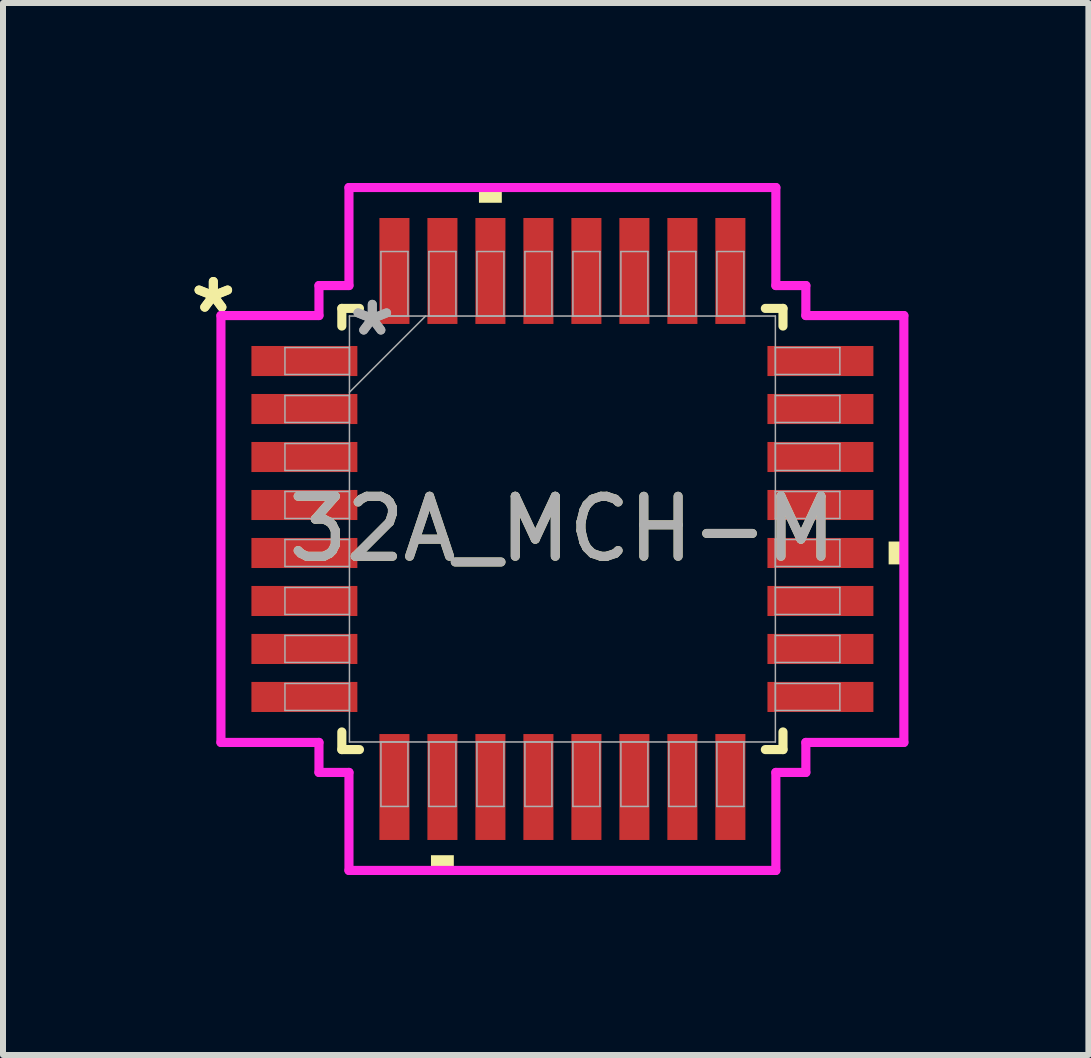
<source format=kicad_pcb>
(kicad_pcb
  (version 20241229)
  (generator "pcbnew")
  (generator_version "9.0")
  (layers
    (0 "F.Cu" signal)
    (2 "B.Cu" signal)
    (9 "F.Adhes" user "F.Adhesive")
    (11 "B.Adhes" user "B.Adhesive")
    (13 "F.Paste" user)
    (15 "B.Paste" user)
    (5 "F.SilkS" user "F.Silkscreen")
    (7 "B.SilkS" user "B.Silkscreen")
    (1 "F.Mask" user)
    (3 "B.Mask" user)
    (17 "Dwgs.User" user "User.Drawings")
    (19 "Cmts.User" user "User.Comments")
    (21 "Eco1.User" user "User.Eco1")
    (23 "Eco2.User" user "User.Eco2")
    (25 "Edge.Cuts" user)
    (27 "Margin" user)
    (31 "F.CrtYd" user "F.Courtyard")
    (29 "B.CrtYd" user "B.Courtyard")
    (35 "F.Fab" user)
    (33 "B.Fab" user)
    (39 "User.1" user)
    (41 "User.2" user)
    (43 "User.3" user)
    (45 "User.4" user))
  (footprint "32A_MCH-M"
    (layer "F.Cu")
    (at 6.325 5.768)
    (property "Reference" "32A_MCH-M" (at 0 0 0) (unlocked yes) (layer "F.SilkS") (effects (font (size 1 1) (thickness 0.15))))
    (attr smd)
    (fp_line (start -3.677 -3.677) (end -3.677 -3.383) (stroke (width 0.152) (type solid)) (layer "F.SilkS"))
    (fp_line (start -3.677 3.383) (end -3.677 3.677) (stroke (width 0.152) (type solid)) (layer "F.SilkS"))
    (fp_line (start -3.677 3.677) (end -3.383 3.677) (stroke (width 0.152) (type solid)) (layer "F.SilkS"))
    (fp_line (start -3.383 -3.677) (end -3.677 -3.677) (stroke (width 0.152) (type solid)) (layer "F.SilkS"))
    (fp_line (start 3.383 3.677) (end 3.677 3.677) (stroke (width 0.152) (type solid)) (layer "F.SilkS"))
    (fp_line (start 3.677 -3.677) (end 3.383 -3.677) (stroke (width 0.152) (type solid)) (layer "F.SilkS"))
    (fp_line (start 3.677 -3.383) (end 3.677 -3.677) (stroke (width 0.152) (type solid)) (layer "F.SilkS"))
    (fp_line (start 3.677 3.677) (end 3.677 3.383) (stroke (width 0.152) (type solid)) (layer "F.SilkS"))
    (fp_poly (pts (xy -2.191 5.438) (xy -2.191 5.692) (xy -1.81 5.692) (xy -1.81 5.438)) (stroke (width 0) (type solid)) (fill yes) (layer "F.SilkS"))
    (fp_poly (pts (xy -1.391 -5.438) (xy -1.391 -5.692) (xy -1.01 -5.692) (xy -1.01 -5.438)) (stroke (width 0) (type solid)) (fill yes) (layer "F.SilkS"))
    (fp_poly (pts (xy 5.692 0.209) (xy 5.692 0.59) (xy 5.438 0.59) (xy 5.438 0.209)) (stroke (width 0) (type solid)) (fill yes) (layer "F.SilkS"))
    (fp_line (start -5.692 -3.558) (end -4.058 -3.558) (stroke (width 0.152) (type solid)) (layer "F.CrtYd"))
    (fp_line (start -5.692 3.558) (end -5.692 -3.558) (stroke (width 0.152) (type solid)) (layer "F.CrtYd"))
    (fp_line (start -4.058 -4.058) (end -3.558 -4.058) (stroke (width 0.152) (type solid)) (layer "F.CrtYd"))
    (fp_line (start -4.058 -3.558) (end -4.058 -4.058) (stroke (width 0.152) (type solid)) (layer "F.CrtYd"))
    (fp_line (start -4.058 3.558) (end -5.692 3.558) (stroke (width 0.152) (type solid)) (layer "F.CrtYd"))
    (fp_line (start -4.058 4.058) (end -4.058 3.558) (stroke (width 0.152) (type solid)) (layer "F.CrtYd"))
    (fp_line (start -4.058 4.058) (end -3.558 4.058) (stroke (width 0.152) (type solid)) (layer "F.CrtYd"))
    (fp_line (start -3.558 -5.692) (end 3.558 -5.692) (stroke (width 0.152) (type solid)) (layer "F.CrtYd"))
    (fp_line (start -3.558 -4.058) (end -3.558 -5.692) (stroke (width 0.152) (type solid)) (layer "F.CrtYd"))
    (fp_line (start -3.558 4.058) (end -3.558 5.692) (stroke (width 0.152) (type solid)) (layer "F.CrtYd"))
    (fp_line (start -3.558 5.692) (end 3.558 5.692) (stroke (width 0.152) (type solid)) (layer "F.CrtYd"))
    (fp_line (start 3.558 -5.692) (end 3.558 -4.058) (stroke (width 0.152) (type solid)) (layer "F.CrtYd"))
    (fp_line (start 3.558 -4.058) (end 4.058 -4.058) (stroke (width 0.152) (type solid)) (layer "F.CrtYd"))
    (fp_line (start 3.558 4.058) (end 4.058 4.058) (stroke (width 0.152) (type solid)) (layer "F.CrtYd"))
    (fp_line (start 3.558 5.692) (end 3.558 4.058) (stroke (width 0.152) (type solid)) (layer "F.CrtYd"))
    (fp_line (start 4.058 -3.558) (end 4.058 -4.058) (stroke (width 0.152) (type solid)) (layer "F.CrtYd"))
    (fp_line (start 4.058 3.558) (end 5.692 3.558) (stroke (width 0.152) (type solid)) (layer "F.CrtYd"))
    (fp_line (start 4.058 4.058) (end 4.058 3.558) (stroke (width 0.152) (type solid)) (layer "F.CrtYd"))
    (fp_line (start 5.692 -3.558) (end 4.058 -3.558) (stroke (width 0.152) (type solid)) (layer "F.CrtYd"))
    (fp_line (start 5.692 3.558) (end 5.692 -3.558) (stroke (width 0.152) (type solid)) (layer "F.CrtYd"))
    (fp_line (start -4.625 -3.025) (end -4.625 -2.575) (stroke (width 0.025) (type solid)) (layer "F.Fab"))
    (fp_line (start -4.625 -2.575) (end -3.55 -2.575) (stroke (width 0.025) (type solid)) (layer "F.Fab"))
    (fp_line (start -4.625 -2.225) (end -4.625 -1.775) (stroke (width 0.025) (type solid)) (layer "F.Fab"))
    (fp_line (start -4.625 -1.775) (end -3.55 -1.775) (stroke (width 0.025) (type solid)) (layer "F.Fab"))
    (fp_line (start -4.625 -1.425) (end -4.625 -0.975) (stroke (width 0.025) (type solid)) (layer "F.Fab"))
    (fp_line (start -4.625 -0.975) (end -3.55 -0.975) (stroke (width 0.025) (type solid)) (layer "F.Fab"))
    (fp_line (start -4.625 -0.625) (end -4.625 -0.175) (stroke (width 0.025) (type solid)) (layer "F.Fab"))
    (fp_line (start -4.625 -0.175) (end -3.55 -0.175) (stroke (width 0.025) (type solid)) (layer "F.Fab"))
    (fp_line (start -4.625 0.175) (end -4.625 0.625) (stroke (width 0.025) (type solid)) (layer "F.Fab"))
    (fp_line (start -4.625 0.625) (end -3.55 0.625) (stroke (width 0.025) (type solid)) (layer "F.Fab"))
    (fp_line (start -4.625 0.975) (end -4.625 1.425) (stroke (width 0.025) (type solid)) (layer "F.Fab"))
    (fp_line (start -4.625 1.425) (end -3.55 1.425) (stroke (width 0.025) (type solid)) (layer "F.Fab"))
    (fp_line (start -4.625 1.775) (end -4.625 2.225) (stroke (width 0.025) (type solid)) (layer "F.Fab"))
    (fp_line (start -4.625 2.225) (end -3.55 2.225) (stroke (width 0.025) (type solid)) (layer "F.Fab"))
    (fp_line (start -4.625 2.575) (end -4.625 3.025) (stroke (width 0.025) (type solid)) (layer "F.Fab"))
    (fp_line (start -4.625 3.025) (end -3.55 3.025) (stroke (width 0.025) (type solid)) (layer "F.Fab"))
    (fp_line (start -3.55 -3.55) (end -3.55 3.55) (stroke (width 0.025) (type solid)) (layer "F.Fab"))
    (fp_line (start -3.55 -3.025) (end -4.625 -3.025) (stroke (width 0.025) (type solid)) (layer "F.Fab"))
    (fp_line (start -3.55 -2.575) (end -3.55 -3.025) (stroke (width 0.025) (type solid)) (layer "F.Fab"))
    (fp_line (start -3.55 -2.28) (end -2.28 -3.55) (stroke (width 0.025) (type solid)) (layer "F.Fab"))
    (fp_line (start -3.55 -2.225) (end -4.625 -2.225) (stroke (width 0.025) (type solid)) (layer "F.Fab"))
    (fp_line (start -3.55 -1.775) (end -3.55 -2.225) (stroke (width 0.025) (type solid)) (layer "F.Fab"))
    (fp_line (start -3.55 -1.425) (end -4.625 -1.425) (stroke (width 0.025) (type solid)) (layer "F.Fab"))
    (fp_line (start -3.55 -0.975) (end -3.55 -1.425) (stroke (width 0.025) (type solid)) (layer "F.Fab"))
    (fp_line (start -3.55 -0.625) (end -4.625 -0.625) (stroke (width 0.025) (type solid)) (layer "F.Fab"))
    (fp_line (start -3.55 -0.175) (end -3.55 -0.625) (stroke (width 0.025) (type solid)) (layer "F.Fab"))
    (fp_line (start -3.55 0.175) (end -4.625 0.175) (stroke (width 0.025) (type solid)) (layer "F.Fab"))
    (fp_line (start -3.55 0.625) (end -3.55 0.175) (stroke (width 0.025) (type solid)) (layer "F.Fab"))
    (fp_line (start -3.55 0.975) (end -4.625 0.975) (stroke (width 0.025) (type solid)) (layer "F.Fab"))
    (fp_line (start -3.55 1.425) (end -3.55 0.975) (stroke (width 0.025) (type solid)) (layer "F.Fab"))
    (fp_line (start -3.55 1.775) (end -4.625 1.775) (stroke (width 0.025) (type solid)) (layer "F.Fab"))
    (fp_line (start -3.55 2.225) (end -3.55 1.775) (stroke (width 0.025) (type solid)) (layer "F.Fab"))
    (fp_line (start -3.55 2.575) (end -4.625 2.575) (stroke (width 0.025) (type solid)) (layer "F.Fab"))
    (fp_line (start -3.55 3.025) (end -3.55 2.575) (stroke (width 0.025) (type solid)) (layer "F.Fab"))
    (fp_line (start -3.55 3.55) (end 3.55 3.55) (stroke (width 0.025) (type solid)) (layer "F.Fab"))
    (fp_line (start -3.025 -4.625) (end -3.025 -3.55) (stroke (width 0.025) (type solid)) (layer "F.Fab"))
    (fp_line (start -3.025 -3.55) (end -2.575 -3.55) (stroke (width 0.025) (type solid)) (layer "F.Fab"))
    (fp_line (start -3.025 3.55) (end -3.025 4.625) (stroke (width 0.025) (type solid)) (layer "F.Fab"))
    (fp_line (start -3.025 4.625) (end -2.575 4.625) (stroke (width 0.025) (type solid)) (layer "F.Fab"))
    (fp_line (start -2.575 3.55) (end -3.025 3.55) (stroke (width 0.025) (type solid)) (layer "F.Fab"))
    (fp_line (start -2.575 4.625) (end -2.575 3.55) (stroke (width 0.025) (type solid)) (layer "F.Fab"))
    (fp_line (start -2.575 -4.625) (end -3.025 -4.625) (stroke (width 0.025) (type solid)) (layer "F.Fab"))
    (fp_line (start -2.575 -3.55) (end -2.575 -4.625) (stroke (width 0.025) (type solid)) (layer "F.Fab"))
    (fp_line (start -2.225 -4.625) (end -2.225 -3.55) (stroke (width 0.025) (type solid)) (layer "F.Fab"))
    (fp_line (start -2.225 -3.55) (end -1.775 -3.55) (stroke (width 0.025) (type solid)) (layer "F.Fab"))
    (fp_line (start -2.225 3.55) (end -2.225 4.625) (stroke (width 0.025) (type solid)) (layer "F.Fab"))
    (fp_line (start -2.225 4.625) (end -1.775 4.625) (stroke (width 0.025) (type solid)) (layer "F.Fab"))
    (fp_line (start -1.775 -4.625) (end -2.225 -4.625) (stroke (width 0.025) (type solid)) (layer "F.Fab"))
    (fp_line (start -1.775 -3.55) (end -1.775 -4.625) (stroke (width 0.025) (type solid)) (layer "F.Fab"))
    (fp_line (start -1.775 3.55) (end -2.225 3.55) (stroke (width 0.025) (type solid)) (layer "F.Fab"))
    (fp_line (start -1.775 4.625) (end -1.775 3.55) (stroke (width 0.025) (type solid)) (layer "F.Fab"))
    (fp_line (start -1.425 -4.625) (end -1.425 -3.55) (stroke (width 0.025) (type solid)) (layer "F.Fab"))
    (fp_line (start -1.425 -3.55) (end -0.975 -3.55) (stroke (width 0.025) (type solid)) (layer "F.Fab"))
    (fp_line (start -1.425 3.55) (end -1.425 4.625) (stroke (width 0.025) (type solid)) (layer "F.Fab"))
    (fp_line (start -1.425 4.625) (end -0.975 4.625) (stroke (width 0.025) (type solid)) (layer "F.Fab"))
    (fp_line (start -0.975 -4.625) (end -1.425 -4.625) (stroke (width 0.025) (type solid)) (layer "F.Fab"))
    (fp_line (start -0.975 -3.55) (end -0.975 -4.625) (stroke (width 0.025) (type solid)) (layer "F.Fab"))
    (fp_line (start -0.975 3.55) (end -1.425 3.55) (stroke (width 0.025) (type solid)) (layer "F.Fab"))
    (fp_line (start -0.975 4.625) (end -0.975 3.55) (stroke (width 0.025) (type solid)) (layer "F.Fab"))
    (fp_line (start -0.625 -4.625) (end -0.625 -3.55) (stroke (width 0.025) (type solid)) (layer "F.Fab"))
    (fp_line (start -0.625 -3.55) (end -0.175 -3.55) (stroke (width 0.025) (type solid)) (layer "F.Fab"))
    (fp_line (start -0.625 3.55) (end -0.625 4.625) (stroke (width 0.025) (type solid)) (layer "F.Fab"))
    (fp_line (start -0.625 4.625) (end -0.175 4.625) (stroke (width 0.025) (type solid)) (layer "F.Fab"))
    (fp_line (start -0.175 -4.625) (end -0.625 -4.625) (stroke (width 0.025) (type solid)) (layer "F.Fab"))
    (fp_line (start -0.175 -3.55) (end -0.175 -4.625) (stroke (width 0.025) (type solid)) (layer "F.Fab"))
    (fp_line (start -0.175 3.55) (end -0.625 3.55) (stroke (width 0.025) (type solid)) (layer "F.Fab"))
    (fp_line (start -0.175 4.625) (end -0.175 3.55) (stroke (width 0.025) (type solid)) (layer "F.Fab"))
    (fp_line (start 0.175 -4.625) (end 0.175 -3.55) (stroke (width 0.025) (type solid)) (layer "F.Fab"))
    (fp_line (start 0.175 -3.55) (end 0.625 -3.55) (stroke (width 0.025) (type solid)) (layer "F.Fab"))
    (fp_line (start 0.175 3.55) (end 0.175 4.625) (stroke (width 0.025) (type solid)) (layer "F.Fab"))
    (fp_line (start 0.175 4.625) (end 0.625 4.625) (stroke (width 0.025) (type solid)) (layer "F.Fab"))
    (fp_line (start 0.625 -4.625) (end 0.175 -4.625) (stroke (width 0.025) (type solid)) (layer "F.Fab"))
    (fp_line (start 0.625 -3.55) (end 0.625 -4.625) (stroke (width 0.025) (type solid)) (layer "F.Fab"))
    (fp_line (start 0.625 3.55) (end 0.175 3.55) (stroke (width 0.025) (type solid)) (layer "F.Fab"))
    (fp_line (start 0.625 4.625) (end 0.625 3.55) (stroke (width 0.025) (type solid)) (layer "F.Fab"))
    (fp_line (start 0.975 -4.625) (end 0.975 -3.55) (stroke (width 0.025) (type solid)) (layer "F.Fab"))
    (fp_line (start 0.975 -3.55) (end 1.425 -3.55) (stroke (width 0.025) (type solid)) (layer "F.Fab"))
    (fp_line (start 0.975 3.55) (end 0.975 4.625) (stroke (width 0.025) (type solid)) (layer "F.Fab"))
    (fp_line (start 0.975 4.625) (end 1.425 4.625) (stroke (width 0.025) (type solid)) (layer "F.Fab"))
    (fp_line (start 1.425 -4.625) (end 0.975 -4.625) (stroke (width 0.025) (type solid)) (layer "F.Fab"))
    (fp_line (start 1.425 -3.55) (end 1.425 -4.625) (stroke (width 0.025) (type solid)) (layer "F.Fab"))
    (fp_line (start 1.425 3.55) (end 0.975 3.55) (stroke (width 0.025) (type solid)) (layer "F.Fab"))
    (fp_line (start 1.425 4.625) (end 1.425 3.55) (stroke (width 0.025) (type solid)) (layer "F.Fab"))
    (fp_line (start 1.775 -4.625) (end 1.775 -3.55) (stroke (width 0.025) (type solid)) (layer "F.Fab"))
    (fp_line (start 1.775 -3.55) (end 2.225 -3.55) (stroke (width 0.025) (type solid)) (layer "F.Fab"))
    (fp_line (start 1.775 3.55) (end 1.775 4.625) (stroke (width 0.025) (type solid)) (layer "F.Fab"))
    (fp_line (start 1.775 4.625) (end 2.225 4.625) (stroke (width 0.025) (type solid)) (layer "F.Fab"))
    (fp_line (start 2.225 -4.625) (end 1.775 -4.625) (stroke (width 0.025) (type solid)) (layer "F.Fab"))
    (fp_line (start 2.225 -3.55) (end 2.225 -4.625) (stroke (width 0.025) (type solid)) (layer "F.Fab"))
    (fp_line (start 2.225 3.55) (end 1.775 3.55) (stroke (width 0.025) (type solid)) (layer "F.Fab"))
    (fp_line (start 2.225 4.625) (end 2.225 3.55) (stroke (width 0.025) (type solid)) (layer "F.Fab"))
    (fp_line (start 2.575 3.55) (end 2.575 4.625) (stroke (width 0.025) (type solid)) (layer "F.Fab"))
    (fp_line (start 2.575 4.625) (end 3.025 4.625) (stroke (width 0.025) (type solid)) (layer "F.Fab"))
    (fp_line (start 2.575 -4.625) (end 2.575 -3.55) (stroke (width 0.025) (type solid)) (layer "F.Fab"))
    (fp_line (start 2.575 -3.55) (end 3.025 -3.55) (stroke (width 0.025) (type solid)) (layer "F.Fab"))
    (fp_line (start 3.025 -4.625) (end 2.575 -4.625) (stroke (width 0.025) (type solid)) (layer "F.Fab"))
    (fp_line (start 3.025 -3.55) (end 3.025 -4.625) (stroke (width 0.025) (type solid)) (layer "F.Fab"))
    (fp_line (start 3.025 3.55) (end 2.575 3.55) (stroke (width 0.025) (type solid)) (layer "F.Fab"))
    (fp_line (start 3.025 4.625) (end 3.025 3.55) (stroke (width 0.025) (type solid)) (layer "F.Fab"))
    (fp_line (start 3.55 -3.55) (end -3.55 -3.55) (stroke (width 0.025) (type solid)) (layer "F.Fab"))
    (fp_line (start 3.55 -3.025) (end 3.55 -2.575) (stroke (width 0.025) (type solid)) (layer "F.Fab"))
    (fp_line (start 3.55 -2.575) (end 4.625 -2.575) (stroke (width 0.025) (type solid)) (layer "F.Fab"))
    (fp_line (start 3.55 -2.225) (end 3.55 -1.775) (stroke (width 0.025) (type solid)) (layer "F.Fab"))
    (fp_line (start 3.55 -1.775) (end 4.625 -1.775) (stroke (width 0.025) (type solid)) (layer "F.Fab"))
    (fp_line (start 3.55 -1.425) (end 3.55 -0.975) (stroke (width 0.025) (type solid)) (layer "F.Fab"))
    (fp_line (start 3.55 -0.975) (end 4.625 -0.975) (stroke (width 0.025) (type solid)) (layer "F.Fab"))
    (fp_line (start 3.55 -0.625) (end 3.55 -0.175) (stroke (width 0.025) (type solid)) (layer "F.Fab"))
    (fp_line (start 3.55 -0.175) (end 4.625 -0.175) (stroke (width 0.025) (type solid)) (layer "F.Fab"))
    (fp_line (start 3.55 0.175) (end 3.55 0.625) (stroke (width 0.025) (type solid)) (layer "F.Fab"))
    (fp_line (start 3.55 0.625) (end 4.625 0.625) (stroke (width 0.025) (type solid)) (layer "F.Fab"))
    (fp_line (start 3.55 0.975) (end 3.55 1.425) (stroke (width 0.025) (type solid)) (layer "F.Fab"))
    (fp_line (start 3.55 1.425) (end 4.625 1.425) (stroke (width 0.025) (type solid)) (layer "F.Fab"))
    (fp_line (start 3.55 1.775) (end 3.55 2.225) (stroke (width 0.025) (type solid)) (layer "F.Fab"))
    (fp_line (start 3.55 2.225) (end 4.625 2.225) (stroke (width 0.025) (type solid)) (layer "F.Fab"))
    (fp_line (start 3.55 2.575) (end 3.55 3.025) (stroke (width 0.025) (type solid)) (layer "F.Fab"))
    (fp_line (start 3.55 3.025) (end 4.625 3.025) (stroke (width 0.025) (type solid)) (layer "F.Fab"))
    (fp_line (start 3.55 3.55) (end 3.55 -3.55) (stroke (width 0.025) (type solid)) (layer "F.Fab"))
    (fp_line (start 4.625 -3.025) (end 3.55 -3.025) (stroke (width 0.025) (type solid)) (layer "F.Fab"))
    (fp_line (start 4.625 -2.575) (end 4.625 -3.025) (stroke (width 0.025) (type solid)) (layer "F.Fab"))
    (fp_line (start 4.625 -2.225) (end 3.55 -2.225) (stroke (width 0.025) (type solid)) (layer "F.Fab"))
    (fp_line (start 4.625 -1.775) (end 4.625 -2.225) (stroke (width 0.025) (type solid)) (layer "F.Fab"))
    (fp_line (start 4.625 -1.425) (end 3.55 -1.425) (stroke (width 0.025) (type solid)) (layer "F.Fab"))
    (fp_line (start 4.625 -0.975) (end 4.625 -1.425) (stroke (width 0.025) (type solid)) (layer "F.Fab"))
    (fp_line (start 4.625 -0.625) (end 3.55 -0.625) (stroke (width 0.025) (type solid)) (layer "F.Fab"))
    (fp_line (start 4.625 -0.175) (end 4.625 -0.625) (stroke (width 0.025) (type solid)) (layer "F.Fab"))
    (fp_line (start 4.625 0.175) (end 3.55 0.175) (stroke (width 0.025) (type solid)) (layer "F.Fab"))
    (fp_line (start 4.625 0.625) (end 4.625 0.175) (stroke (width 0.025) (type solid)) (layer "F.Fab"))
    (fp_line (start 4.625 0.975) (end 3.55 0.975) (stroke (width 0.025) (type solid)) (layer "F.Fab"))
    (fp_line (start 4.625 1.425) (end 4.625 0.975) (stroke (width 0.025) (type solid)) (layer "F.Fab"))
    (fp_line (start 4.625 1.775) (end 3.55 1.775) (stroke (width 0.025) (type solid)) (layer "F.Fab"))
    (fp_line (start 4.625 2.225) (end 4.625 1.775) (stroke (width 0.025) (type solid)) (layer "F.Fab"))
    (fp_line (start 4.625 2.575) (end 3.55 2.575) (stroke (width 0.025) (type solid)) (layer "F.Fab"))
    (fp_line (start 4.625 3.025) (end 4.625 2.575) (stroke (width 0.025) (type solid)) (layer "F.Fab"))
    (fp_text user "*" (at -5.819 -3.581 0) (layer "F.SilkS") (effects (font (size 1 1) (thickness 0.15))))
    (fp_text user "*" (at -5.819 -3.581 0) (unlocked yes) (layer "F.SilkS") (effects (font (size 1 1) (thickness 0.15))))
    (fp_text user "*" (at -3.169 -3.2 0) (unlocked yes) (layer "F.Fab") (effects (font (size 1 1) (thickness 0.15))))
    (fp_text user "${REFERENCE}" (at 0 0 0) (unlocked yes) (layer "F.Fab") (effects (font (size 1 1) (thickness 0.15))))
    (fp_text user "*" (at -3.169 -3.2 0) (layer "F.Fab") (effects (font (size 1 1) (thickness 0.15))))
    (pad "1" smd rect (at -4.301 -2.8 90) (size 0.501 1.766) (layers "F.Cu" "F.Mask" "F.Paste"))
    (pad "2" smd rect (at -4.301 -2 90) (size 0.501 1.766) (layers "F.Cu" "F.Mask" "F.Paste"))
    (pad "3" smd rect (at -4.301 -1.2 90) (size 0.501 1.766) (layers "F.Cu" "F.Mask" "F.Paste"))
    (pad "4" smd rect (at -4.301 -0.4 90) (size 0.501 1.766) (layers "F.Cu" "F.Mask" "F.Paste"))
    (pad "5" smd rect (at -4.301 0.4 90) (size 0.501 1.766) (layers "F.Cu" "F.Mask" "F.Paste"))
    (pad "6" smd rect (at -4.301 1.2 90) (size 0.501 1.766) (layers "F.Cu" "F.Mask" "F.Paste"))
    (pad "7" smd rect (at -4.301 2 90) (size 0.501 1.766) (layers "F.Cu" "F.Mask" "F.Paste"))
    (pad "8" smd rect (at -4.301 2.8 90) (size 0.501 1.766) (layers "F.Cu" "F.Mask" "F.Paste"))
    (pad "9" smd rect (at -2.8 4.301) (size 0.501 1.766) (layers "F.Cu" "F.Mask" "F.Paste"))
    (pad "10" smd rect (at -2 4.301) (size 0.501 1.766) (layers "F.Cu" "F.Mask" "F.Paste"))
    (pad "11" smd rect (at -1.2 4.301) (size 0.501 1.766) (layers "F.Cu" "F.Mask" "F.Paste"))
    (pad "12" smd rect (at -0.4 4.301) (size 0.501 1.766) (layers "F.Cu" "F.Mask" "F.Paste"))
    (pad "13" smd rect (at 0.4 4.301) (size 0.501 1.766) (layers "F.Cu" "F.Mask" "F.Paste"))
    (pad "14" smd rect (at 1.2 4.301) (size 0.501 1.766) (layers "F.Cu" "F.Mask" "F.Paste"))
    (pad "15" smd rect (at 2 4.301) (size 0.501 1.766) (layers "F.Cu" "F.Mask" "F.Paste"))
    (pad "16" smd rect (at 2.8 4.301) (size 0.501 1.766) (layers "F.Cu" "F.Mask" "F.Paste"))
    (pad "17" smd rect (at 4.301 2.8 90) (size 0.501 1.766) (layers "F.Cu" "F.Mask" "F.Paste"))
    (pad "18" smd rect (at 4.301 2 90) (size 0.501 1.766) (layers "F.Cu" "F.Mask" "F.Paste"))
    (pad "19" smd rect (at 4.301 1.2 90) (size 0.501 1.766) (layers "F.Cu" "F.Mask" "F.Paste"))
    (pad "20" smd rect (at 4.301 0.4 90) (size 0.501 1.766) (layers "F.Cu" "F.Mask" "F.Paste"))
    (pad "21" smd rect (at 4.301 -0.4 90) (size 0.501 1.766) (layers "F.Cu" "F.Mask" "F.Paste"))
    (pad "22" smd rect (at 4.301 -1.2 90) (size 0.501 1.766) (layers "F.Cu" "F.Mask" "F.Paste"))
    (pad "23" smd rect (at 4.301 -2 90) (size 0.501 1.766) (layers "F.Cu" "F.Mask" "F.Paste"))
    (pad "24" smd rect (at 4.301 -2.8 90) (size 0.501 1.766) (layers "F.Cu" "F.Mask" "F.Paste"))
    (pad "25" smd rect (at 2.8 -4.301) (size 0.501 1.766) (layers "F.Cu" "F.Mask" "F.Paste"))
    (pad "26" smd rect (at 2 -4.301) (size 0.501 1.766) (layers "F.Cu" "F.Mask" "F.Paste"))
    (pad "27" smd rect (at 1.2 -4.301) (size 0.501 1.766) (layers "F.Cu" "F.Mask" "F.Paste"))
    (pad "28" smd rect (at 0.4 -4.301) (size 0.501 1.766) (layers "F.Cu" "F.Mask" "F.Paste"))
    (pad "29" smd rect (at -0.4 -4.301) (size 0.501 1.766) (layers "F.Cu" "F.Mask" "F.Paste"))
    (pad "30" smd rect (at -1.2 -4.301) (size 0.501 1.766) (layers "F.Cu" "F.Mask" "F.Paste"))
    (pad "31" smd rect (at -2 -4.301) (size 0.501 1.766) (layers "F.Cu" "F.Mask" "F.Paste"))
    (pad "32" smd rect (at -2.8 -4.301) (size 0.501 1.766) (layers "F.Cu" "F.Mask" "F.Paste")))
  (gr_rect
    (start -3 -3)
    (end 15.093 14.536)
    (stroke (width 0.1) (type default))
    (fill no)
    (layer "Edge.Cuts")))
</source>
